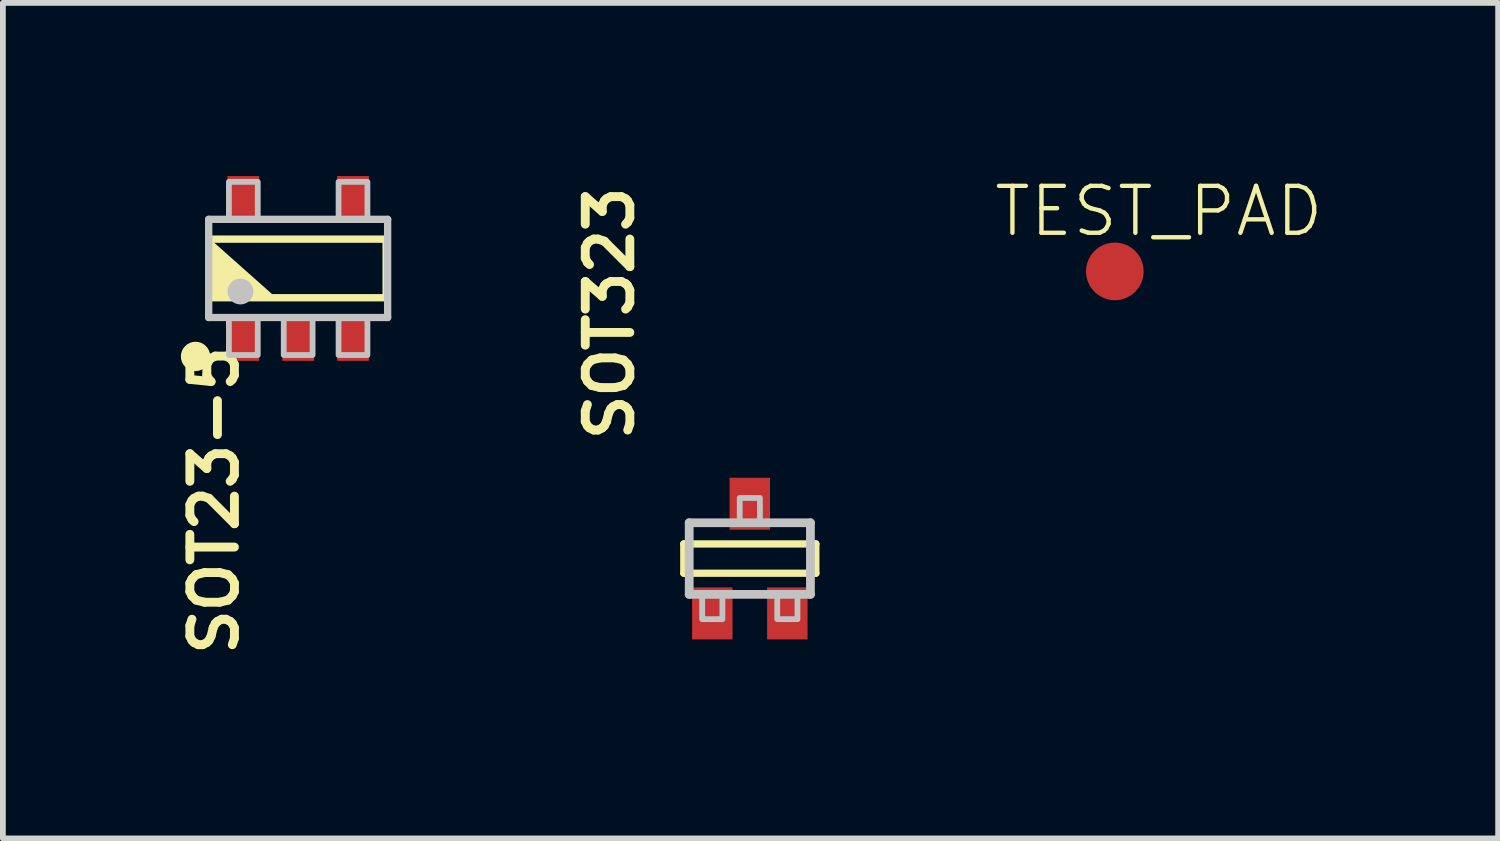
<source format=kicad_pcb>
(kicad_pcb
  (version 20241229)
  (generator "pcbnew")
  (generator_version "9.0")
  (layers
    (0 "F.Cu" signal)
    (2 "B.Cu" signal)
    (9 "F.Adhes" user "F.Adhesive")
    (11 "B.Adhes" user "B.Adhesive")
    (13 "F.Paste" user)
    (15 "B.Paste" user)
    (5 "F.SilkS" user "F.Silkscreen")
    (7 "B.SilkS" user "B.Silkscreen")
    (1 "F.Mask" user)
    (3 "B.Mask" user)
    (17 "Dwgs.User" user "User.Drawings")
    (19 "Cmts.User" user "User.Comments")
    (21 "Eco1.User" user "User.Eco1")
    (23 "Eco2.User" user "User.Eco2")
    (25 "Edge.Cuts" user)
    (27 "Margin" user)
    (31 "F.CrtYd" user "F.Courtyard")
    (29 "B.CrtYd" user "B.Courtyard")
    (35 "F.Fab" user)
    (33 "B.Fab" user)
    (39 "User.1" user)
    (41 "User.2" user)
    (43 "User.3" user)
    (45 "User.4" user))
  (footprint "TEST_PAD"
    (layer "F.Cu")
    (at 16.262 1.651)
    (property "Reference" "TEST_PAD" (at 0.762 -1.041 0) (layer "F.SilkS") (effects (font (size 0.813 0.813) (thickness 0.076))))
    (attr smd)
    (pad "1" smd circle (at 0 0) (size 0.998 0.998) (layers "F.Cu" "F.Mask" "F.Paste")))
  (footprint "SOT23-5"
    (layer "F.Cu")
    (at 2.115 1.6)
    (property "Reference" "SOT23-5" (at -1.905 1.27 90) (layer "F.SilkS") (effects (font (size 0.772 0.772) (thickness 0.154)) (justify right top)))
    (attr through_hole)
    (fp_line (start -1.524 -0.508) (end -1.524 0.508) (stroke (width 0.127) (type solid)) (layer "F.SilkS"))
    (fp_line (start -1.524 0.508) (end 1.524 0.508) (stroke (width 0.127) (type solid)) (layer "F.SilkS"))
    (fp_line (start 1.524 -0.508) (end -1.524 -0.508) (stroke (width 0.127) (type solid)) (layer "F.SilkS"))
    (fp_line (start 1.524 0.508) (end 1.524 -0.508) (stroke (width 0.127) (type solid)) (layer "F.SilkS"))
    (fp_circle (center -1.778 1.524) (end -1.651 1.524) (stroke (width 0.254) (type solid)) (fill no) (layer "F.SilkS"))
    (fp_poly (pts (xy -1.524 0.508) (xy -0.381 0.508) (xy -1.524 -0.508)) (stroke (width 0) (type solid)) (fill yes) (layer "F.SilkS"))
    (fp_line (start -1.55 -0.85) (end -1.55 0.85) (stroke (width 0.127) (type solid)) (layer "Dwgs.User"))
    (fp_line (start -1.55 0.85) (end 1.55 0.85) (stroke (width 0.127) (type solid)) (layer "Dwgs.User"))
    (fp_line (start 1.55 -0.85) (end -1.55 -0.85) (stroke (width 0.127) (type solid)) (layer "Dwgs.User"))
    (fp_line (start 1.55 0.85) (end 1.55 -0.85) (stroke (width 0.127) (type solid)) (layer "Dwgs.User"))
    (fp_circle (center -1 0.4) (end -0.776 0.4) (stroke (width 0) (type solid)) (fill yes) (layer "Dwgs.User"))
    (fp_poly (pts (xy -1.2 -0.85) (xy -0.7 -0.85) (xy -0.7 -1.5) (xy -1.2 -1.5)) (stroke (width 0.1) (type solid)) (fill no) (layer "Dwgs.User"))
    (fp_poly (pts (xy -1.2 1.5) (xy -0.7 1.5) (xy -0.7 0.85) (xy -1.2 0.85)) (stroke (width 0.1) (type solid)) (fill no) (layer "Dwgs.User"))
    (fp_poly (pts (xy -0.25 1.5) (xy 0.25 1.5) (xy 0.25 0.85) (xy -0.25 0.85)) (stroke (width 0.1) (type solid)) (fill no) (layer "Dwgs.User"))
    (fp_poly (pts (xy 0.7 -0.85) (xy 1.2 -0.85) (xy 1.2 -1.5) (xy 0.7 -1.5)) (stroke (width 0.1) (type solid)) (fill no) (layer "Dwgs.User"))
    (fp_poly (pts (xy 0.7 1.5) (xy 1.2 1.5) (xy 1.2 0.85) (xy 0.7 0.85)) (stroke (width 0.1) (type solid)) (fill no) (layer "Dwgs.User"))
    (pad "1" smd rect (at -0.95 1.2 90) (size 0.8 0.55) (layers "F.Cu" "F.Mask" "F.Paste"))
    (pad "2" smd rect (at 0 1.2 90) (size 0.8 0.55) (layers "F.Cu" "F.Mask" "F.Paste"))
    (pad "3" smd rect (at 0.95 1.2 90) (size 0.8 0.55) (layers "F.Cu" "F.Mask" "F.Paste"))
    (pad "4" smd rect (at 0.95 -1.2 90) (size 0.8 0.55) (layers "F.Cu" "F.Mask" "F.Paste"))
    (pad "5" smd rect (at -0.95 -1.2 90) (size 0.8 0.55) (layers "F.Cu" "F.Mask" "F.Paste")))
  (footprint "SOT323"
    (layer "F.Cu")
    (at 9.939 6.626)
    (property "Reference" "SOT323" (at -1.976 -1.978 90) (layer "F.SilkS") (effects (font (size 0.772 0.772) (thickness 0.154)) (justify left bottom)))
    (attr through_hole)
    (fp_line (start -1.143 -0.254) (end 1.143 -0.254) (stroke (width 0.127) (type solid)) (layer "F.SilkS"))
    (fp_line (start -1.143 0.254) (end -1.143 -0.254) (stroke (width 0.127) (type solid)) (layer "F.SilkS"))
    (fp_line (start 1.143 -0.254) (end 1.143 0.254) (stroke (width 0.127) (type solid)) (layer "F.SilkS"))
    (fp_line (start 1.143 0.254) (end -1.143 0.254) (stroke (width 0.127) (type solid)) (layer "F.SilkS"))
    (fp_line (start -1.05 -0.62) (end 1.05 -0.62) (stroke (width 0.152) (type solid)) (layer "Dwgs.User"))
    (fp_line (start -1.05 0.62) (end -1.05 -0.62) (stroke (width 0.152) (type solid)) (layer "Dwgs.User"))
    (fp_line (start 1.05 -0.62) (end 1.05 0.62) (stroke (width 0.152) (type solid)) (layer "Dwgs.User"))
    (fp_line (start 1.05 0.62) (end -1.05 0.62) (stroke (width 0.152) (type solid)) (layer "Dwgs.User"))
    (fp_poly (pts (xy -0.825 1.05) (xy -0.475 1.05) (xy -0.475 0.62) (xy -0.825 0.62)) (stroke (width 0.1) (type solid)) (fill no) (layer "Dwgs.User"))
    (fp_poly (pts (xy -0.175 -0.62) (xy 0.175 -0.62) (xy 0.175 -1.05) (xy -0.175 -1.05)) (stroke (width 0.1) (type solid)) (fill no) (layer "Dwgs.User"))
    (fp_poly (pts (xy 0.475 1.05) (xy 0.825 1.05) (xy 0.825 0.62) (xy 0.475 0.62)) (stroke (width 0.1) (type solid)) (fill no) (layer "Dwgs.User"))
    (pad "1" smd rect (at -0.65 0.95) (size 0.7 0.9) (layers "F.Cu" "F.Mask" "F.Paste"))
    (pad "2" smd rect (at 0.65 0.95) (size 0.7 0.9) (layers "F.Cu" "F.Mask" "F.Paste"))
    (pad "3" smd rect (at 0 -0.95) (size 0.7 0.9) (layers "F.Cu" "F.Mask" "F.Paste")))
  (gr_rect
    (start -3 -3)
    (end 22.902 11.474)
    (stroke (width 0.1) (type default))
    (fill no)
    (layer "Edge.Cuts")))
</source>
